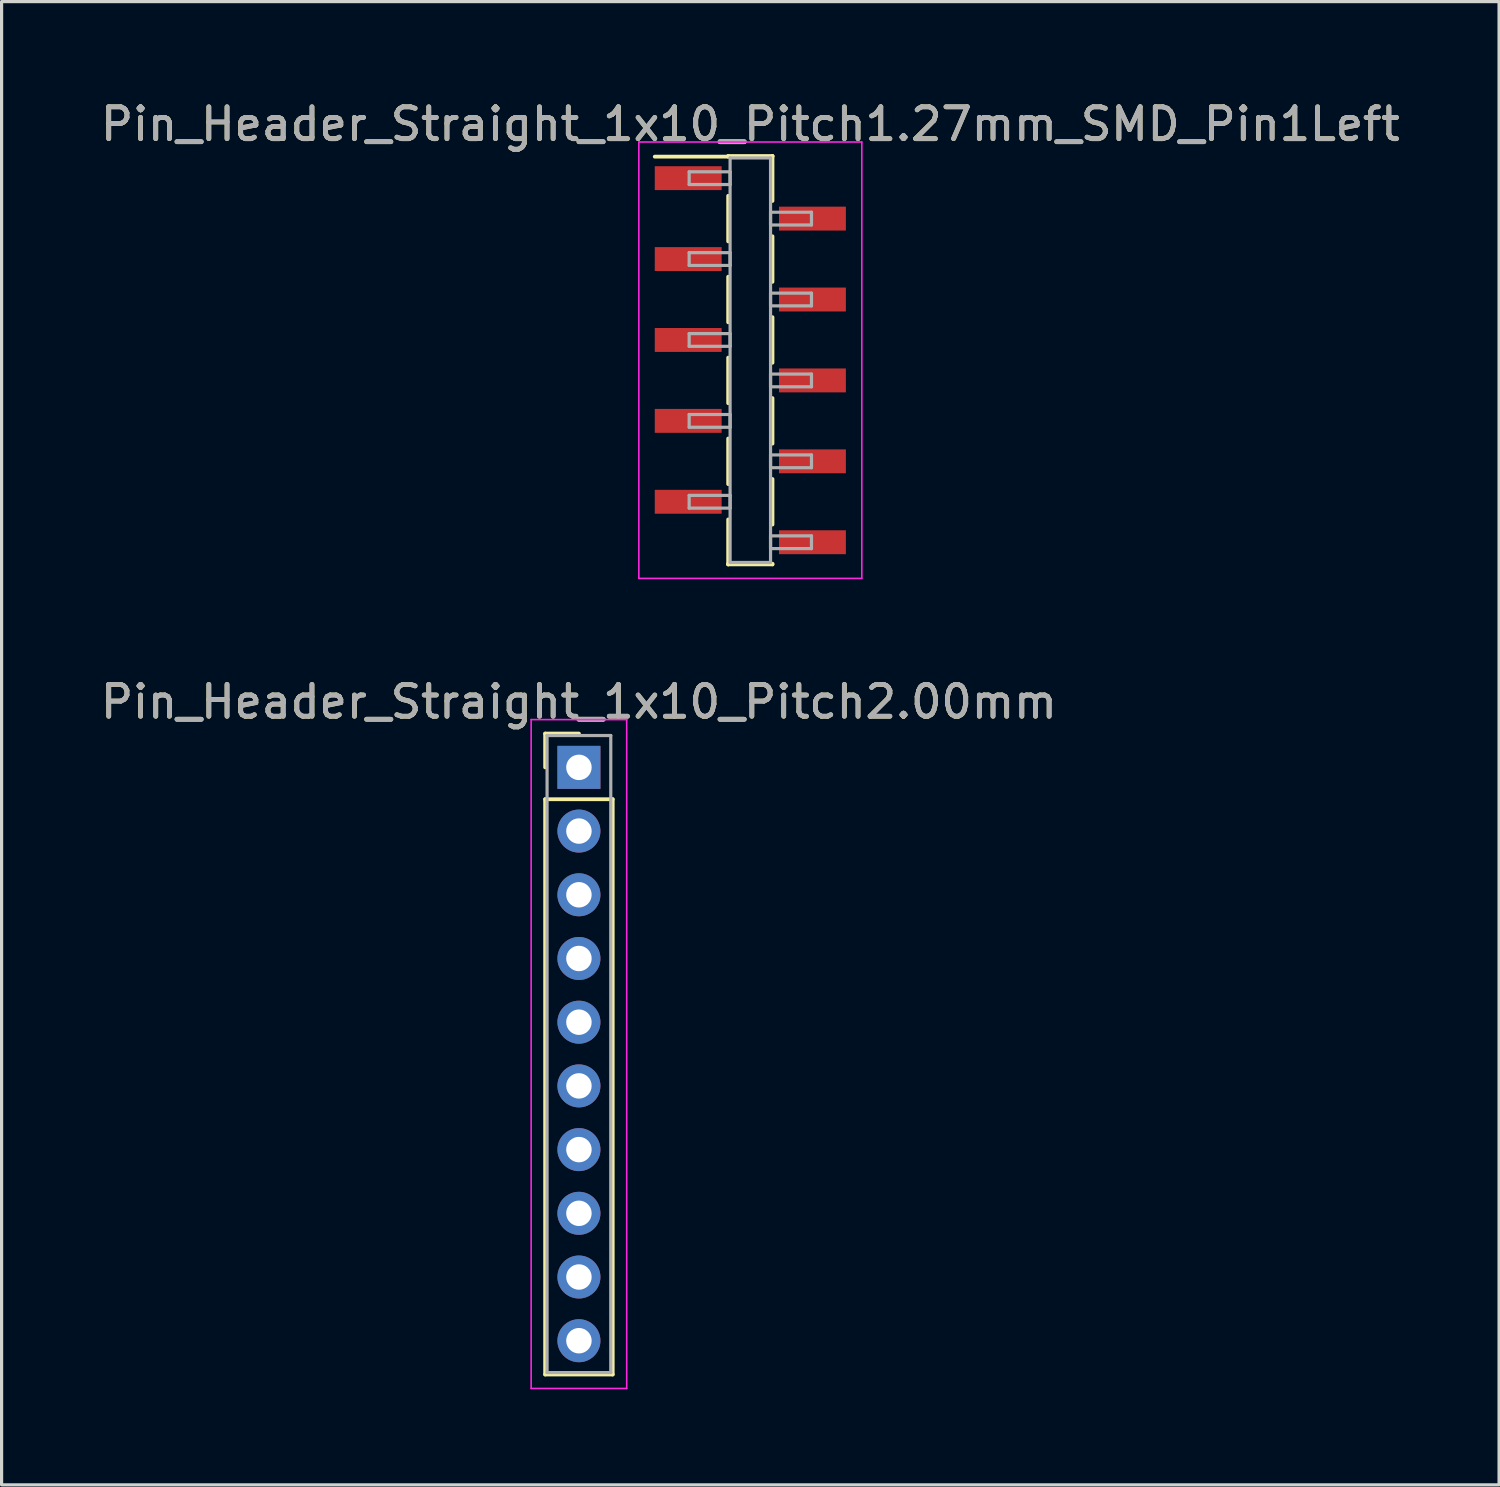
<source format=kicad_pcb>
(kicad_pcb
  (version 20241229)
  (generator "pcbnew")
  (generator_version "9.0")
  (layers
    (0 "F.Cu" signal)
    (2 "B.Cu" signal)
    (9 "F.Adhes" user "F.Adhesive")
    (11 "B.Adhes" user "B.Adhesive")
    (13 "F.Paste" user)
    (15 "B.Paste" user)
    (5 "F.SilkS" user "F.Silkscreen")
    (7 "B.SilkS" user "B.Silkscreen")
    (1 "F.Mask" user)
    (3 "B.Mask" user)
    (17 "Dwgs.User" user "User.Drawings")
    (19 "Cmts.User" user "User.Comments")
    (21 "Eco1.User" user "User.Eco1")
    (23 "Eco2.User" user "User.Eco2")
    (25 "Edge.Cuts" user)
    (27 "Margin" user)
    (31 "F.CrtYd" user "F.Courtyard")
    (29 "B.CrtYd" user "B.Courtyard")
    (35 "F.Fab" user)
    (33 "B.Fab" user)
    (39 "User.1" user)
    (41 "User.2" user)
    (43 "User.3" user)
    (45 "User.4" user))
  (footprint "Pin_Header_Straight_1x10_Pitch2.00mm"
    (layer "F.Cu")
    (at 15.125 21.041)
    (property "Reference" "Pin_Header_Straight_1x10_Pitch2.00mm" (at 0 -2.06 0) (layer "F.SilkS") (effects (font (size 1 1) (thickness 0.15))))
    (attr through_hole)
    (fp_line (start -1.06 -1.06) (end 0 -1.06) (stroke (width 0.12) (type solid)) (layer "F.SilkS"))
    (fp_line (start -1.06 0) (end -1.06 -1.06) (stroke (width 0.12) (type solid)) (layer "F.SilkS"))
    (fp_line (start -1.06 1) (end -1.06 19.06) (stroke (width 0.12) (type solid)) (layer "F.SilkS"))
    (fp_line (start -1.06 19.06) (end 1.06 19.06) (stroke (width 0.12) (type solid)) (layer "F.SilkS"))
    (fp_line (start 1.06 1) (end -1.06 1) (stroke (width 0.12) (type solid)) (layer "F.SilkS"))
    (fp_line (start 1.06 19.06) (end 1.06 1) (stroke (width 0.12) (type solid)) (layer "F.SilkS"))
    (fp_line (start -1.5 -1.5) (end -1.5 19.5) (stroke (width 0.05) (type solid)) (layer "F.CrtYd"))
    (fp_line (start -1.5 19.5) (end 1.5 19.5) (stroke (width 0.05) (type solid)) (layer "F.CrtYd"))
    (fp_line (start 1.5 -1.5) (end -1.5 -1.5) (stroke (width 0.05) (type solid)) (layer "F.CrtYd"))
    (fp_line (start 1.5 19.5) (end 1.5 -1.5) (stroke (width 0.05) (type solid)) (layer "F.CrtYd"))
    (fp_line (start -1 -1) (end -1 19) (stroke (width 0.1) (type solid)) (layer "F.Fab"))
    (fp_line (start -1 19) (end 1 19) (stroke (width 0.1) (type solid)) (layer "F.Fab"))
    (fp_line (start 1 -1) (end -1 -1) (stroke (width 0.1) (type solid)) (layer "F.Fab"))
    (fp_line (start 1 19) (end 1 -1) (stroke (width 0.1) (type solid)) (layer "F.Fab"))
    (fp_text user "${REFERENCE}" (at 0 -2.06 0) (layer "F.Fab") (effects (font (size 1 1) (thickness 0.15))))
    (pad "1" thru_hole rect (at 0 0) (size 1.35 1.35) (drill 0.8) (layers "*.Cu" "*.Mask"))
    (pad "2" thru_hole oval (at 0 2) (size 1.35 1.35) (drill 0.8) (layers "*.Cu" "*.Mask"))
    (pad "3" thru_hole oval (at 0 4) (size 1.35 1.35) (drill 0.8) (layers "*.Cu" "*.Mask"))
    (pad "4" thru_hole oval (at 0 6) (size 1.35 1.35) (drill 0.8) (layers "*.Cu" "*.Mask"))
    (pad "5" thru_hole oval (at 0 8) (size 1.35 1.35) (drill 0.8) (layers "*.Cu" "*.Mask"))
    (pad "6" thru_hole oval (at 0 10) (size 1.35 1.35) (drill 0.8) (layers "*.Cu" "*.Mask"))
    (pad "7" thru_hole oval (at 0 12) (size 1.35 1.35) (drill 0.8) (layers "*.Cu" "*.Mask"))
    (pad "8" thru_hole oval (at 0 14) (size 1.35 1.35) (drill 0.8) (layers "*.Cu" "*.Mask"))
    (pad "9" thru_hole oval (at 0 16) (size 1.35 1.35) (drill 0.8) (layers "*.Cu" "*.Mask"))
    (pad "10" thru_hole oval (at 0 18) (size 1.35 1.35) (drill 0.8) (layers "*.Cu" "*.Mask")))
  (footprint "Pin_Header_Straight_1x10_Pitch1.27mm_SMD_Pin1Left"
    (layer "F.Cu")
    (at 20.506 8.258)
    (property "Reference" "Pin_Header_Straight_1x10_Pitch1.27mm_SMD_Pin1Left" (at 0 -7.41 0) (layer "F.SilkS") (effects (font (size 1 1) (thickness 0.15))))
    (attr smd)
    (fp_line (start -0.695 -6.41) (end 0.695 -6.41) (stroke (width 0.12) (type solid)) (layer "F.SilkS"))
    (fp_line (start -0.695 -6.39) (end -3 -6.39) (stroke (width 0.12) (type solid)) (layer "F.SilkS"))
    (fp_line (start -0.695 -6.39) (end -0.695 -6.41) (stroke (width 0.12) (type solid)) (layer "F.SilkS"))
    (fp_line (start -0.695 -5.16) (end -0.695 -3.73) (stroke (width 0.12) (type solid)) (layer "F.SilkS"))
    (fp_line (start -0.695 -2.62) (end -0.695 -1.19) (stroke (width 0.12) (type solid)) (layer "F.SilkS"))
    (fp_line (start -0.695 -0.08) (end -0.695 1.35) (stroke (width 0.12) (type solid)) (layer "F.SilkS"))
    (fp_line (start -0.695 2.46) (end -0.695 3.89) (stroke (width 0.12) (type solid)) (layer "F.SilkS"))
    (fp_line (start -0.695 5) (end -0.695 6.41) (stroke (width 0.12) (type solid)) (layer "F.SilkS"))
    (fp_line (start -0.695 6.39) (end -0.695 6.41) (stroke (width 0.12) (type solid)) (layer "F.SilkS"))
    (fp_line (start -0.695 6.41) (end 0.695 6.41) (stroke (width 0.12) (type solid)) (layer "F.SilkS"))
    (fp_line (start 0.695 -6.41) (end 0.695 -6.39) (stroke (width 0.12) (type solid)) (layer "F.SilkS"))
    (fp_line (start 0.695 -6.41) (end 0.695 -5) (stroke (width 0.12) (type solid)) (layer "F.SilkS"))
    (fp_line (start 0.695 -3.89) (end 0.695 -2.46) (stroke (width 0.12) (type solid)) (layer "F.SilkS"))
    (fp_line (start 0.695 -1.35) (end 0.695 0.08) (stroke (width 0.12) (type solid)) (layer "F.SilkS"))
    (fp_line (start 0.695 1.19) (end 0.695 2.62) (stroke (width 0.12) (type solid)) (layer "F.SilkS"))
    (fp_line (start 0.695 3.73) (end 0.695 5.16) (stroke (width 0.12) (type solid)) (layer "F.SilkS"))
    (fp_line (start 0.695 6.41) (end 0.695 6.39) (stroke (width 0.12) (type solid)) (layer "F.SilkS"))
    (fp_line (start -3.5 -6.85) (end -3.5 6.85) (stroke (width 0.05) (type solid)) (layer "F.CrtYd"))
    (fp_line (start -3.5 6.85) (end 3.5 6.85) (stroke (width 0.05) (type solid)) (layer "F.CrtYd"))
    (fp_line (start 3.5 -6.85) (end -3.5 -6.85) (stroke (width 0.05) (type solid)) (layer "F.CrtYd"))
    (fp_line (start 3.5 6.85) (end 3.5 -6.85) (stroke (width 0.05) (type solid)) (layer "F.CrtYd"))
    (fp_line (start -1.92 -5.915) (end -0.635 -5.915) (stroke (width 0.1) (type solid)) (layer "F.Fab"))
    (fp_line (start -1.92 -5.515) (end -1.92 -5.915) (stroke (width 0.1) (type solid)) (layer "F.Fab"))
    (fp_line (start -1.92 -3.375) (end -0.635 -3.375) (stroke (width 0.1) (type solid)) (layer "F.Fab"))
    (fp_line (start -1.92 -2.975) (end -1.92 -3.375) (stroke (width 0.1) (type solid)) (layer "F.Fab"))
    (fp_line (start -1.92 -0.835) (end -0.635 -0.835) (stroke (width 0.1) (type solid)) (layer "F.Fab"))
    (fp_line (start -1.92 -0.435) (end -1.92 -0.835) (stroke (width 0.1) (type solid)) (layer "F.Fab"))
    (fp_line (start -1.92 1.705) (end -0.635 1.705) (stroke (width 0.1) (type solid)) (layer "F.Fab"))
    (fp_line (start -1.92 2.105) (end -1.92 1.705) (stroke (width 0.1) (type solid)) (layer "F.Fab"))
    (fp_line (start -1.92 4.245) (end -0.635 4.245) (stroke (width 0.1) (type solid)) (layer "F.Fab"))
    (fp_line (start -1.92 4.645) (end -1.92 4.245) (stroke (width 0.1) (type solid)) (layer "F.Fab"))
    (fp_line (start -0.635 -6.35) (end -0.635 6.35) (stroke (width 0.1) (type solid)) (layer "F.Fab"))
    (fp_line (start -0.635 -5.915) (end -0.635 -5.515) (stroke (width 0.1) (type solid)) (layer "F.Fab"))
    (fp_line (start -0.635 -5.515) (end -1.92 -5.515) (stroke (width 0.1) (type solid)) (layer "F.Fab"))
    (fp_line (start -0.635 -3.375) (end -0.635 -2.975) (stroke (width 0.1) (type solid)) (layer "F.Fab"))
    (fp_line (start -0.635 -2.975) (end -1.92 -2.975) (stroke (width 0.1) (type solid)) (layer "F.Fab"))
    (fp_line (start -0.635 -0.835) (end -0.635 -0.435) (stroke (width 0.1) (type solid)) (layer "F.Fab"))
    (fp_line (start -0.635 -0.435) (end -1.92 -0.435) (stroke (width 0.1) (type solid)) (layer "F.Fab"))
    (fp_line (start -0.635 1.705) (end -0.635 2.105) (stroke (width 0.1) (type solid)) (layer "F.Fab"))
    (fp_line (start -0.635 2.105) (end -1.92 2.105) (stroke (width 0.1) (type solid)) (layer "F.Fab"))
    (fp_line (start -0.635 4.245) (end -0.635 4.645) (stroke (width 0.1) (type solid)) (layer "F.Fab"))
    (fp_line (start -0.635 4.645) (end -1.92 4.645) (stroke (width 0.1) (type solid)) (layer "F.Fab"))
    (fp_line (start -0.635 6.35) (end 0.635 6.35) (stroke (width 0.1) (type solid)) (layer "F.Fab"))
    (fp_line (start 0.635 -6.35) (end -0.635 -6.35) (stroke (width 0.1) (type solid)) (layer "F.Fab"))
    (fp_line (start 0.635 -4.645) (end 0.635 -4.245) (stroke (width 0.1) (type solid)) (layer "F.Fab"))
    (fp_line (start 0.635 -4.245) (end 1.92 -4.245) (stroke (width 0.1) (type solid)) (layer "F.Fab"))
    (fp_line (start 0.635 -2.105) (end 0.635 -1.705) (stroke (width 0.1) (type solid)) (layer "F.Fab"))
    (fp_line (start 0.635 -1.705) (end 1.92 -1.705) (stroke (width 0.1) (type solid)) (layer "F.Fab"))
    (fp_line (start 0.635 0.435) (end 0.635 0.835) (stroke (width 0.1) (type solid)) (layer "F.Fab"))
    (fp_line (start 0.635 0.835) (end 1.92 0.835) (stroke (width 0.1) (type solid)) (layer "F.Fab"))
    (fp_line (start 0.635 2.975) (end 0.635 3.375) (stroke (width 0.1) (type solid)) (layer "F.Fab"))
    (fp_line (start 0.635 3.375) (end 1.92 3.375) (stroke (width 0.1) (type solid)) (layer "F.Fab"))
    (fp_line (start 0.635 5.515) (end 0.635 5.915) (stroke (width 0.1) (type solid)) (layer "F.Fab"))
    (fp_line (start 0.635 5.915) (end 1.92 5.915) (stroke (width 0.1) (type solid)) (layer "F.Fab"))
    (fp_line (start 0.635 6.35) (end 0.635 -6.35) (stroke (width 0.1) (type solid)) (layer "F.Fab"))
    (fp_line (start 1.92 -4.645) (end 0.635 -4.645) (stroke (width 0.1) (type solid)) (layer "F.Fab"))
    (fp_line (start 1.92 -4.245) (end 1.92 -4.645) (stroke (width 0.1) (type solid)) (layer "F.Fab"))
    (fp_line (start 1.92 -2.105) (end 0.635 -2.105) (stroke (width 0.1) (type solid)) (layer "F.Fab"))
    (fp_line (start 1.92 -1.705) (end 1.92 -2.105) (stroke (width 0.1) (type solid)) (layer "F.Fab"))
    (fp_line (start 1.92 0.435) (end 0.635 0.435) (stroke (width 0.1) (type solid)) (layer "F.Fab"))
    (fp_line (start 1.92 0.835) (end 1.92 0.435) (stroke (width 0.1) (type solid)) (layer "F.Fab"))
    (fp_line (start 1.92 2.975) (end 0.635 2.975) (stroke (width 0.1) (type solid)) (layer "F.Fab"))
    (fp_line (start 1.92 3.375) (end 1.92 2.975) (stroke (width 0.1) (type solid)) (layer "F.Fab"))
    (fp_line (start 1.92 5.515) (end 0.635 5.515) (stroke (width 0.1) (type solid)) (layer "F.Fab"))
    (fp_line (start 1.92 5.915) (end 1.92 5.515) (stroke (width 0.1) (type solid)) (layer "F.Fab"))
    (fp_text user "${REFERENCE}" (at 0 -7.41 0) (layer "F.Fab") (effects (font (size 1 1) (thickness 0.15))))
    (pad "1" smd rect (at -1.95 -5.715) (size 2.1 0.75) (layers "F.Cu" "F.Mask" "F.Paste"))
    (pad "2" smd rect (at 1.95 -4.445) (size 2.1 0.75) (layers "F.Cu" "F.Mask" "F.Paste"))
    (pad "3" smd rect (at -1.95 -3.175) (size 2.1 0.75) (layers "F.Cu" "F.Mask" "F.Paste"))
    (pad "4" smd rect (at 1.95 -1.905) (size 2.1 0.75) (layers "F.Cu" "F.Mask" "F.Paste"))
    (pad "5" smd rect (at -1.95 -0.635) (size 2.1 0.75) (layers "F.Cu" "F.Mask" "F.Paste"))
    (pad "6" smd rect (at 1.95 0.635) (size 2.1 0.75) (layers "F.Cu" "F.Mask" "F.Paste"))
    (pad "7" smd rect (at -1.95 1.905) (size 2.1 0.75) (layers "F.Cu" "F.Mask" "F.Paste"))
    (pad "8" smd rect (at 1.95 3.175) (size 2.1 0.75) (layers "F.Cu" "F.Mask" "F.Paste"))
    (pad "9" smd rect (at -1.95 4.445) (size 2.1 0.75) (layers "F.Cu" "F.Mask" "F.Paste"))
    (pad "10" smd rect (at 1.95 5.715) (size 2.1 0.75) (layers "F.Cu" "F.Mask" "F.Paste")))
  (gr_rect
    (start -3 -3)
    (end 44.012 43.566)
    (stroke (width 0.1) (type default))
    (fill no)
    (layer "Edge.Cuts")))
</source>
